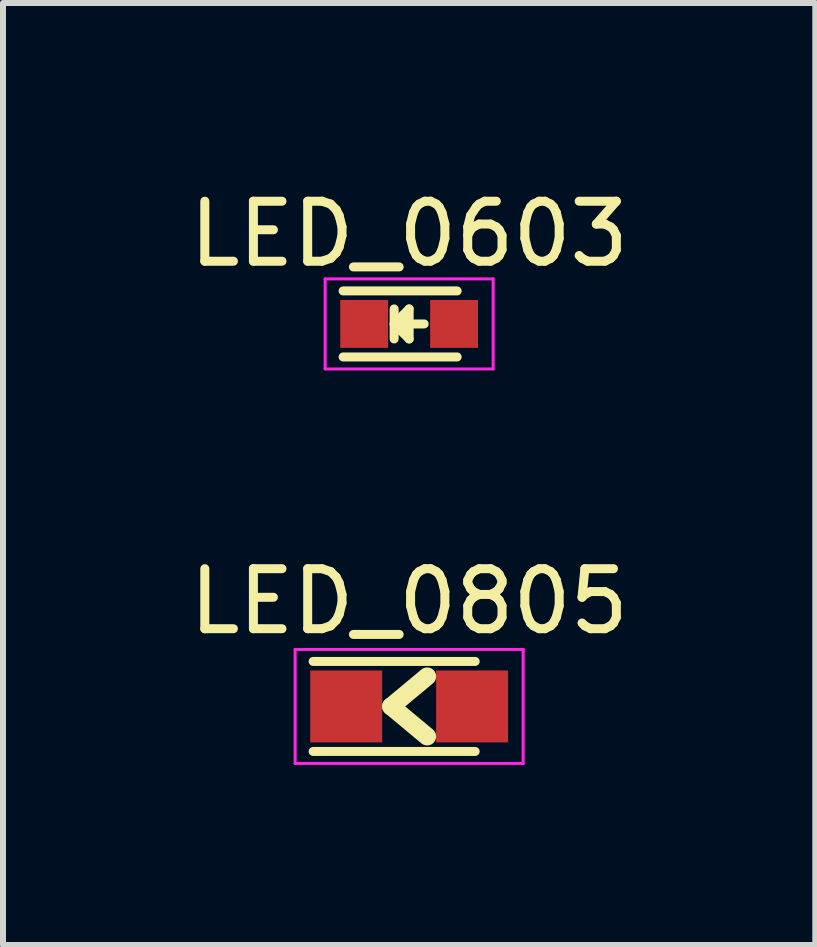
<source format=kicad_pcb>
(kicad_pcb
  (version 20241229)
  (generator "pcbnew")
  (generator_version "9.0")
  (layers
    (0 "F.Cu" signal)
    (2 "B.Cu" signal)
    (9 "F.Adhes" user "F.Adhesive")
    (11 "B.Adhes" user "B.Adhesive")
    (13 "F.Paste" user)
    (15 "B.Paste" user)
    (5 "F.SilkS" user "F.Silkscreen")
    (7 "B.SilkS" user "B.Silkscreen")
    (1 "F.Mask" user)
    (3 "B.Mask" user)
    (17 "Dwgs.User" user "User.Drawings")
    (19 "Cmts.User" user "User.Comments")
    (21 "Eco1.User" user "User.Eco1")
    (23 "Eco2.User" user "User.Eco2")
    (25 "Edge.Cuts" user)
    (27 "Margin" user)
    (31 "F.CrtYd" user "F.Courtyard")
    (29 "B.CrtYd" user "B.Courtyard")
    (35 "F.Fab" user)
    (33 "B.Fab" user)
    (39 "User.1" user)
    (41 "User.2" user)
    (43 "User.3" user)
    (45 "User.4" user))
  (footprint "LED_0603"
    (layer "F.Cu")
    (at 3.768 2.348)
    (property "Reference" "LED_0603" (at 0 -1.5 0) (layer "F.SilkS") (effects (font (size 1 1) (thickness 0.15))))
    (attr smd)
    (fp_line (start -1.1 -0.55) (end 0.8 -0.55) (stroke (width 0.15) (type solid)) (layer "F.SilkS"))
    (fp_line (start -1.1 0.55) (end 0.8 0.55) (stroke (width 0.15) (type solid)) (layer "F.SilkS"))
    (fp_line (start -0.25 -0.25) (end -0.25 0.25) (stroke (width 0.15) (type solid)) (layer "F.SilkS"))
    (fp_line (start -0.25 0) (end 0 -0.25) (stroke (width 0.15) (type solid)) (layer "F.SilkS"))
    (fp_line (start -0.2 0) (end 0.25 0) (stroke (width 0.15) (type solid)) (layer "F.SilkS"))
    (fp_line (start 0 -0.25) (end 0 0.25) (stroke (width 0.15) (type solid)) (layer "F.SilkS"))
    (fp_line (start 0 0.25) (end -0.25 0) (stroke (width 0.15) (type solid)) (layer "F.SilkS"))
    (fp_line (start -1.4 -0.75) (end 1.4 -0.75) (stroke (width 0.05) (type solid)) (layer "F.CrtYd"))
    (fp_line (start -1.4 0.75) (end -1.4 -0.75) (stroke (width 0.05) (type solid)) (layer "F.CrtYd"))
    (fp_line (start 1.4 -0.75) (end 1.4 0.75) (stroke (width 0.05) (type solid)) (layer "F.CrtYd"))
    (fp_line (start 1.4 0.75) (end -1.4 0.75) (stroke (width 0.05) (type solid)) (layer "F.CrtYd"))
    (pad "1" smd rect (at 0.749 0 180) (size 0.798 0.798) (layers "F.Cu" "F.Mask" "F.Paste"))
    (pad "2" smd rect (at -0.749 0 180) (size 0.798 0.798) (layers "F.Cu" "F.Mask" "F.Paste")))
  (footprint "LED_0805"
    (layer "F.Cu")
    (at 3.768 8.722)
    (property "Reference" "LED_0805" (at 0 -1.75 0) (layer "F.SilkS") (effects (font (size 1 1) (thickness 0.15))))
    (attr smd)
    (fp_line (start -1.6 -0.75) (end 1.1 -0.75) (stroke (width 0.15) (type solid)) (layer "F.SilkS"))
    (fp_line (start -1.6 0.75) (end 1.1 0.75) (stroke (width 0.15) (type solid)) (layer "F.SilkS"))
    (fp_line (start -0.3 0) (end 0.3 -0.5) (stroke (width 0.3) (type solid)) (layer "F.SilkS"))
    (fp_line (start -0.3 0) (end 0.3 0.5) (stroke (width 0.3) (type solid)) (layer "F.SilkS"))
    (fp_line (start -1.9 -0.95) (end 1.9 -0.95) (stroke (width 0.05) (type solid)) (layer "F.CrtYd"))
    (fp_line (start -1.9 0.95) (end -1.9 -0.95) (stroke (width 0.05) (type solid)) (layer "F.CrtYd"))
    (fp_line (start 1.9 -0.95) (end 1.9 0.95) (stroke (width 0.05) (type solid)) (layer "F.CrtYd"))
    (fp_line (start 1.9 0.95) (end -1.9 0.95) (stroke (width 0.05) (type solid)) (layer "F.CrtYd"))
    (pad "1" smd rect (at -1.049 0 180) (size 1.199 1.199) (layers "F.Cu" "F.Mask" "F.Paste"))
    (pad "2" smd rect (at 1.049 0 180) (size 1.199 1.199) (layers "F.Cu" "F.Mask" "F.Paste")))
  (gr_rect
    (start -3 -3)
    (end 10.536 12.697)
    (stroke (width 0.1) (type default))
    (fill no)
    (layer "Edge.Cuts")))
</source>
